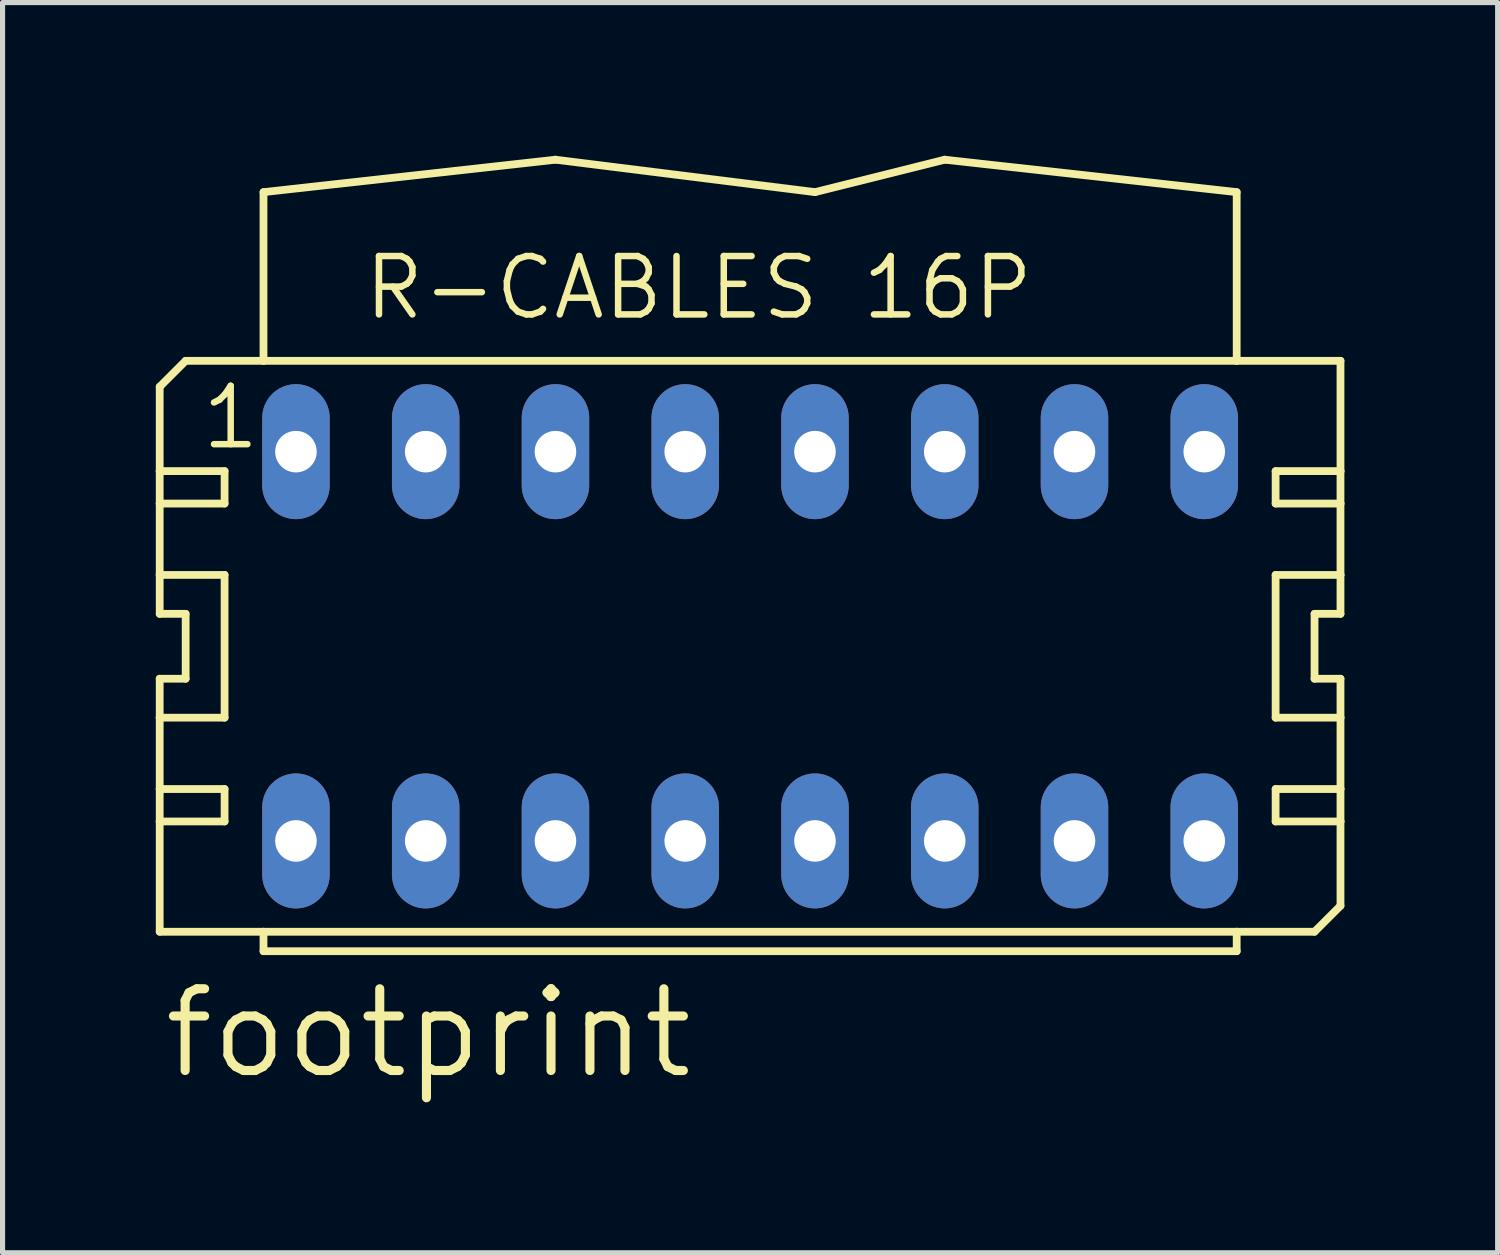
<source format=kicad_pcb>
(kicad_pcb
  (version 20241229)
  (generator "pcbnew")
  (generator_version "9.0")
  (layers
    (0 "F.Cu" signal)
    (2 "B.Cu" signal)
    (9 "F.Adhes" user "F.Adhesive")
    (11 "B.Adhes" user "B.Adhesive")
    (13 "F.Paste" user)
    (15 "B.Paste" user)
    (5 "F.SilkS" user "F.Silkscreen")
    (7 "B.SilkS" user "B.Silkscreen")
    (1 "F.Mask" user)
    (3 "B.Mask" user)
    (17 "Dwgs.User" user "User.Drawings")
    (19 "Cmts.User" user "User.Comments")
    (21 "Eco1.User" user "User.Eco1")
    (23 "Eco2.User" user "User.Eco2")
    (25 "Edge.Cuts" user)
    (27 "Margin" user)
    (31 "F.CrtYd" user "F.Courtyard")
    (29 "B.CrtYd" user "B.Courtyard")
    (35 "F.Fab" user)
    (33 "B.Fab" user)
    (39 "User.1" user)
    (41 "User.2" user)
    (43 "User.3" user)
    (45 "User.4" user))
  (footprint "footprint"
    (layer "F.Cu")
    (at 11.633 9.601)
    (property "Reference" "footprint" (at -11.557 8.509 0) (layer "F.SilkS") (effects (font (size 1.6 1.6) (thickness 0.178)) (justify left bottom)))
    (fp_line (start -11.557 -5.08) (end -11.557 -3.429) (stroke (width 0.152) (type solid)) (layer "F.SilkS"))
    (fp_line (start -11.557 -3.429) (end -10.287 -3.429) (stroke (width 0.152) (type solid)) (layer "F.SilkS"))
    (fp_line (start -11.557 -2.794) (end -11.557 -3.429) (stroke (width 0.152) (type solid)) (layer "F.SilkS"))
    (fp_line (start -11.557 -2.794) (end -11.557 -1.397) (stroke (width 0.152) (type solid)) (layer "F.SilkS"))
    (fp_line (start -11.557 -2.794) (end -10.287 -2.794) (stroke (width 0.152) (type solid)) (layer "F.SilkS"))
    (fp_line (start -11.557 -1.397) (end -11.557 -0.635) (stroke (width 0.152) (type solid)) (layer "F.SilkS"))
    (fp_line (start -11.557 -1.397) (end -10.287 -1.397) (stroke (width 0.152) (type solid)) (layer "F.SilkS"))
    (fp_line (start -11.557 -0.635) (end -11.049 -0.635) (stroke (width 0.152) (type solid)) (layer "F.SilkS"))
    (fp_line (start -11.557 0.635) (end -11.557 1.397) (stroke (width 0.152) (type solid)) (layer "F.SilkS"))
    (fp_line (start -11.557 1.397) (end -11.557 2.794) (stroke (width 0.152) (type solid)) (layer "F.SilkS"))
    (fp_line (start -11.557 2.794) (end -11.557 3.429) (stroke (width 0.152) (type solid)) (layer "F.SilkS"))
    (fp_line (start -11.557 2.794) (end -10.287 2.794) (stroke (width 0.152) (type solid)) (layer "F.SilkS"))
    (fp_line (start -11.557 3.429) (end -11.557 5.588) (stroke (width 0.152) (type solid)) (layer "F.SilkS"))
    (fp_line (start -11.049 -5.588) (end -11.557 -5.08) (stroke (width 0.152) (type solid)) (layer "F.SilkS"))
    (fp_line (start -11.049 -5.588) (end -9.525 -5.588) (stroke (width 0.152) (type solid)) (layer "F.SilkS"))
    (fp_line (start -11.049 0.635) (end -11.557 0.635) (stroke (width 0.152) (type solid)) (layer "F.SilkS"))
    (fp_line (start -11.049 0.635) (end -11.049 -0.635) (stroke (width 0.152) (type solid)) (layer "F.SilkS"))
    (fp_line (start -10.287 -2.794) (end -10.287 -3.429) (stroke (width 0.152) (type solid)) (layer "F.SilkS"))
    (fp_line (start -10.287 1.397) (end -11.557 1.397) (stroke (width 0.152) (type solid)) (layer "F.SilkS"))
    (fp_line (start -10.287 1.397) (end -10.287 -1.397) (stroke (width 0.152) (type solid)) (layer "F.SilkS"))
    (fp_line (start -10.287 3.429) (end -11.557 3.429) (stroke (width 0.152) (type solid)) (layer "F.SilkS"))
    (fp_line (start -10.287 3.429) (end -10.287 2.794) (stroke (width 0.152) (type solid)) (layer "F.SilkS"))
    (fp_line (start -9.525 -8.89) (end -9.525 -5.588) (stroke (width 0.152) (type solid)) (layer "F.SilkS"))
    (fp_line (start -9.525 -8.89) (end -3.81 -9.525) (stroke (width 0.152) (type solid)) (layer "F.SilkS"))
    (fp_line (start -9.525 -5.588) (end 9.525 -5.588) (stroke (width 0.152) (type solid)) (layer "F.SilkS"))
    (fp_line (start -9.525 5.588) (end -11.557 5.588) (stroke (width 0.152) (type solid)) (layer "F.SilkS"))
    (fp_line (start -9.525 5.969) (end -9.525 5.588) (stroke (width 0.152) (type solid)) (layer "F.SilkS"))
    (fp_line (start -9.525 5.969) (end 9.525 5.969) (stroke (width 0.152) (type solid)) (layer "F.SilkS"))
    (fp_line (start -3.81 -9.525) (end 1.27 -8.89) (stroke (width 0.152) (type solid)) (layer "F.SilkS"))
    (fp_line (start 1.27 -8.89) (end 3.81 -9.525) (stroke (width 0.152) (type solid)) (layer "F.SilkS"))
    (fp_line (start 3.81 -9.525) (end 9.525 -8.89) (stroke (width 0.152) (type solid)) (layer "F.SilkS"))
    (fp_line (start 9.525 -5.588) (end 9.525 -8.89) (stroke (width 0.152) (type solid)) (layer "F.SilkS"))
    (fp_line (start 9.525 -5.588) (end 11.557 -5.588) (stroke (width 0.152) (type solid)) (layer "F.SilkS"))
    (fp_line (start 9.525 5.588) (end -9.525 5.588) (stroke (width 0.152) (type solid)) (layer "F.SilkS"))
    (fp_line (start 9.525 5.588) (end 9.525 5.969) (stroke (width 0.152) (type solid)) (layer "F.SilkS"))
    (fp_line (start 10.287 -3.429) (end 10.287 -2.794) (stroke (width 0.152) (type solid)) (layer "F.SilkS"))
    (fp_line (start 10.287 -3.429) (end 11.557 -3.429) (stroke (width 0.152) (type solid)) (layer "F.SilkS"))
    (fp_line (start 10.287 -1.397) (end 10.287 1.397) (stroke (width 0.152) (type solid)) (layer "F.SilkS"))
    (fp_line (start 10.287 -1.397) (end 11.557 -1.397) (stroke (width 0.152) (type solid)) (layer "F.SilkS"))
    (fp_line (start 10.287 2.794) (end 10.287 3.429) (stroke (width 0.152) (type solid)) (layer "F.SilkS"))
    (fp_line (start 10.287 2.794) (end 11.557 2.794) (stroke (width 0.152) (type solid)) (layer "F.SilkS"))
    (fp_line (start 11.049 -0.635) (end 11.049 0.635) (stroke (width 0.152) (type solid)) (layer "F.SilkS"))
    (fp_line (start 11.049 -0.635) (end 11.557 -0.635) (stroke (width 0.152) (type solid)) (layer "F.SilkS"))
    (fp_line (start 11.049 5.588) (end 9.525 5.588) (stroke (width 0.152) (type solid)) (layer "F.SilkS"))
    (fp_line (start 11.557 -5.588) (end 11.557 -3.429) (stroke (width 0.152) (type solid)) (layer "F.SilkS"))
    (fp_line (start 11.557 -3.429) (end 11.557 -2.794) (stroke (width 0.152) (type solid)) (layer "F.SilkS"))
    (fp_line (start 11.557 -2.794) (end 10.287 -2.794) (stroke (width 0.152) (type solid)) (layer "F.SilkS"))
    (fp_line (start 11.557 -2.794) (end 11.557 -1.397) (stroke (width 0.152) (type solid)) (layer "F.SilkS"))
    (fp_line (start 11.557 -1.397) (end 11.557 -0.635) (stroke (width 0.152) (type solid)) (layer "F.SilkS"))
    (fp_line (start 11.557 0.635) (end 11.049 0.635) (stroke (width 0.152) (type solid)) (layer "F.SilkS"))
    (fp_line (start 11.557 0.635) (end 11.557 1.397) (stroke (width 0.152) (type solid)) (layer "F.SilkS"))
    (fp_line (start 11.557 1.397) (end 10.287 1.397) (stroke (width 0.152) (type solid)) (layer "F.SilkS"))
    (fp_line (start 11.557 1.397) (end 11.557 2.794) (stroke (width 0.152) (type solid)) (layer "F.SilkS"))
    (fp_line (start 11.557 2.794) (end 11.557 3.429) (stroke (width 0.152) (type solid)) (layer "F.SilkS"))
    (fp_line (start 11.557 3.429) (end 10.287 3.429) (stroke (width 0.152) (type solid)) (layer "F.SilkS"))
    (fp_line (start 11.557 3.429) (end 11.557 5.08) (stroke (width 0.152) (type solid)) (layer "F.SilkS"))
    (fp_line (start 11.557 5.08) (end 11.049 5.588) (stroke (width 0.152) (type solid)) (layer "F.SilkS"))
    (fp_text user "1" (at -10.795 -3.81 0) (layer "F.SilkS") (effects (font (size 1.143 1.143) (thickness 0.127)) (justify left bottom)))
    (fp_text user "R-CABLES 16P" (at -7.62 -6.35 0) (layer "F.SilkS") (effects (font (size 1.143 1.143) (thickness 0.127)) (justify left bottom)))
    (pad "1" thru_hole oval (at -8.89 -3.81 90) (size 2.642 1.321) (drill 0.813) (layers "*.Cu" "*.Mask"))
    (pad "2" thru_hole oval (at -8.89 3.81 90) (size 2.642 1.321) (drill 0.813) (layers "*.Cu" "*.Mask"))
    (pad "3" thru_hole oval (at -6.35 -3.81 90) (size 2.642 1.321) (drill 0.813) (layers "*.Cu" "*.Mask"))
    (pad "4" thru_hole oval (at -6.35 3.81 90) (size 2.642 1.321) (drill 0.813) (layers "*.Cu" "*.Mask"))
    (pad "5" thru_hole oval (at -3.81 -3.81 90) (size 2.642 1.321) (drill 0.813) (layers "*.Cu" "*.Mask"))
    (pad "6" thru_hole oval (at -3.81 3.81 90) (size 2.642 1.321) (drill 0.813) (layers "*.Cu" "*.Mask"))
    (pad "7" thru_hole oval (at -1.27 -3.81 90) (size 2.642 1.321) (drill 0.813) (layers "*.Cu" "*.Mask"))
    (pad "8" thru_hole oval (at -1.27 3.81 90) (size 2.642 1.321) (drill 0.813) (layers "*.Cu" "*.Mask"))
    (pad "9" thru_hole oval (at 1.27 -3.81 90) (size 2.642 1.321) (drill 0.813) (layers "*.Cu" "*.Mask"))
    (pad "10" thru_hole oval (at 1.27 3.81 90) (size 2.642 1.321) (drill 0.813) (layers "*.Cu" "*.Mask"))
    (pad "11" thru_hole oval (at 3.81 -3.81 90) (size 2.642 1.321) (drill 0.813) (layers "*.Cu" "*.Mask"))
    (pad "12" thru_hole oval (at 3.81 3.81 90) (size 2.642 1.321) (drill 0.813) (layers "*.Cu" "*.Mask"))
    (pad "13" thru_hole oval (at 6.35 -3.81 90) (size 2.642 1.321) (drill 0.813) (layers "*.Cu" "*.Mask"))
    (pad "14" thru_hole oval (at 6.35 3.81 90) (size 2.642 1.321) (drill 0.813) (layers "*.Cu" "*.Mask"))
    (pad "15" thru_hole oval (at 8.89 -3.81 90) (size 2.642 1.321) (drill 0.813) (layers "*.Cu" "*.Mask"))
    (pad "16" thru_hole oval (at 8.89 3.81 90) (size 2.642 1.321) (drill 0.813) (layers "*.Cu" "*.Mask")))
  (gr_rect
    (start -3 -3)
    (end 26.266 21.473)
    (stroke (width 0.1) (type default))
    (fill no)
    (layer "Edge.Cuts")))
</source>
